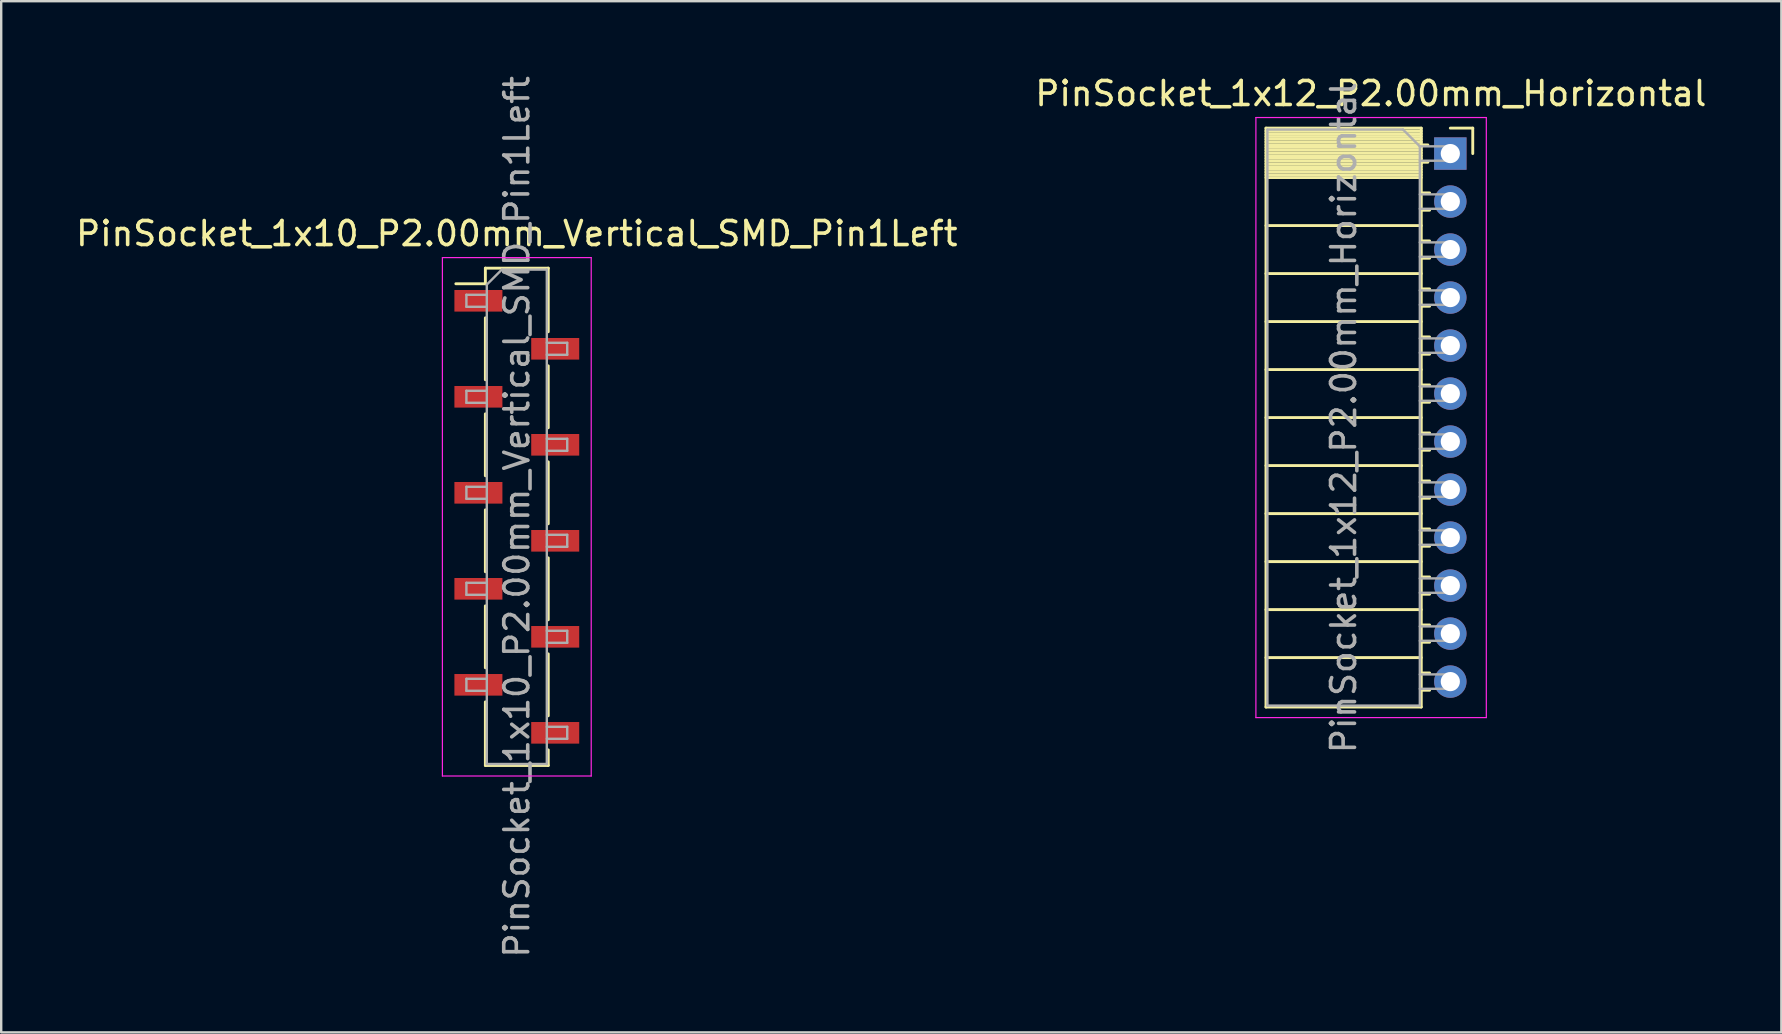
<source format=kicad_pcb>
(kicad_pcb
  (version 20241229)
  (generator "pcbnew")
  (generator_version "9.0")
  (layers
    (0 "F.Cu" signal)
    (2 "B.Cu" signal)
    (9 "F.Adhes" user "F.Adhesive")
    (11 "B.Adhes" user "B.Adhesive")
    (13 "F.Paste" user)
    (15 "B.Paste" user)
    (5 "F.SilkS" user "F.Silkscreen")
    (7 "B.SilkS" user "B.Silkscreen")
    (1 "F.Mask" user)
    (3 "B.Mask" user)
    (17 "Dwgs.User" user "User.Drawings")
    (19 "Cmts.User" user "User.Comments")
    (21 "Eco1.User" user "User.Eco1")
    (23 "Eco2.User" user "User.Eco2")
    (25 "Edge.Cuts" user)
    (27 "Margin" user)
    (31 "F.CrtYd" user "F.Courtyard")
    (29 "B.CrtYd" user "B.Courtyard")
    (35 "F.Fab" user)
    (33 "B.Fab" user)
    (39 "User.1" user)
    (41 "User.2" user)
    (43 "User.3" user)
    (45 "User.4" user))
  (footprint "PinSocket_1x10_P2.00mm_Vertical_SMD_Pin1Left"
    (layer "F.Cu")
    (at 18.482 18.482)
    (property "Reference" "PinSocket_1x10_P2.00mm_Vertical_SMD_Pin1Left" (at 0 -11.8 0) (layer "F.SilkS") (effects (font (size 1 1) (thickness 0.15))))
    (attr smd)
    (fp_line (start -2.54 -9.71) (end -1.31 -9.71) (stroke (width 0.12) (type solid)) (layer "F.SilkS"))
    (fp_line (start -1.31 -10.36) (end -1.31 -9.71) (stroke (width 0.12) (type solid)) (layer "F.SilkS"))
    (fp_line (start -1.31 -10.36) (end 1.31 -10.36) (stroke (width 0.12) (type solid)) (layer "F.SilkS"))
    (fp_line (start -1.31 -8.29) (end -1.31 -5.71) (stroke (width 0.12) (type solid)) (layer "F.SilkS"))
    (fp_line (start -1.31 -4.29) (end -1.31 -1.71) (stroke (width 0.12) (type solid)) (layer "F.SilkS"))
    (fp_line (start -1.31 -0.29) (end -1.31 2.29) (stroke (width 0.12) (type solid)) (layer "F.SilkS"))
    (fp_line (start -1.31 3.71) (end -1.31 6.29) (stroke (width 0.12) (type solid)) (layer "F.SilkS"))
    (fp_line (start -1.31 7.71) (end -1.31 10.36) (stroke (width 0.12) (type solid)) (layer "F.SilkS"))
    (fp_line (start -1.31 10.36) (end 1.31 10.36) (stroke (width 0.12) (type solid)) (layer "F.SilkS"))
    (fp_line (start 1.31 -10.36) (end 1.31 -7.71) (stroke (width 0.12) (type solid)) (layer "F.SilkS"))
    (fp_line (start 1.31 -6.29) (end 1.31 -3.71) (stroke (width 0.12) (type solid)) (layer "F.SilkS"))
    (fp_line (start 1.31 -2.29) (end 1.31 0.29) (stroke (width 0.12) (type solid)) (layer "F.SilkS"))
    (fp_line (start 1.31 1.71) (end 1.31 4.29) (stroke (width 0.12) (type solid)) (layer "F.SilkS"))
    (fp_line (start 1.31 5.71) (end 1.31 8.29) (stroke (width 0.12) (type solid)) (layer "F.SilkS"))
    (fp_line (start 1.31 9.71) (end 1.31 10.36) (stroke (width 0.12) (type solid)) (layer "F.SilkS"))
    (fp_line (start -3.1 -10.8) (end 3.1 -10.8) (stroke (width 0.05) (type solid)) (layer "F.CrtYd"))
    (fp_line (start -3.1 10.8) (end -3.1 -10.8) (stroke (width 0.05) (type solid)) (layer "F.CrtYd"))
    (fp_line (start 3.1 -10.8) (end 3.1 10.8) (stroke (width 0.05) (type solid)) (layer "F.CrtYd"))
    (fp_line (start 3.1 10.8) (end -3.1 10.8) (stroke (width 0.05) (type solid)) (layer "F.CrtYd"))
    (fp_line (start -2.1 -9.25) (end -1.25 -9.25) (stroke (width 0.1) (type solid)) (layer "F.Fab"))
    (fp_line (start -2.1 -8.75) (end -2.1 -9.25) (stroke (width 0.1) (type solid)) (layer "F.Fab"))
    (fp_line (start -2.1 -5.25) (end -1.25 -5.25) (stroke (width 0.1) (type solid)) (layer "F.Fab"))
    (fp_line (start -2.1 -4.75) (end -2.1 -5.25) (stroke (width 0.1) (type solid)) (layer "F.Fab"))
    (fp_line (start -2.1 -1.25) (end -1.25 -1.25) (stroke (width 0.1) (type solid)) (layer "F.Fab"))
    (fp_line (start -2.1 -0.75) (end -2.1 -1.25) (stroke (width 0.1) (type solid)) (layer "F.Fab"))
    (fp_line (start -2.1 2.75) (end -1.25 2.75) (stroke (width 0.1) (type solid)) (layer "F.Fab"))
    (fp_line (start -2.1 3.25) (end -2.1 2.75) (stroke (width 0.1) (type solid)) (layer "F.Fab"))
    (fp_line (start -2.1 6.75) (end -1.25 6.75) (stroke (width 0.1) (type solid)) (layer "F.Fab"))
    (fp_line (start -2.1 7.25) (end -2.1 6.75) (stroke (width 0.1) (type solid)) (layer "F.Fab"))
    (fp_line (start -1.25 -9.675) (end -0.625 -10.3) (stroke (width 0.1) (type solid)) (layer "F.Fab"))
    (fp_line (start -1.25 -8.75) (end -2.1 -8.75) (stroke (width 0.1) (type solid)) (layer "F.Fab"))
    (fp_line (start -1.25 -4.75) (end -2.1 -4.75) (stroke (width 0.1) (type solid)) (layer "F.Fab"))
    (fp_line (start -1.25 -0.75) (end -2.1 -0.75) (stroke (width 0.1) (type solid)) (layer "F.Fab"))
    (fp_line (start -1.25 3.25) (end -2.1 3.25) (stroke (width 0.1) (type solid)) (layer "F.Fab"))
    (fp_line (start -1.25 7.25) (end -2.1 7.25) (stroke (width 0.1) (type solid)) (layer "F.Fab"))
    (fp_line (start -1.25 10.3) (end -1.25 -9.675) (stroke (width 0.1) (type solid)) (layer "F.Fab"))
    (fp_line (start -0.625 -10.3) (end 1.25 -10.3) (stroke (width 0.1) (type solid)) (layer "F.Fab"))
    (fp_line (start 1.25 -10.3) (end 1.25 10.3) (stroke (width 0.1) (type solid)) (layer "F.Fab"))
    (fp_line (start 1.25 -7.25) (end 2.1 -7.25) (stroke (width 0.1) (type solid)) (layer "F.Fab"))
    (fp_line (start 1.25 -3.25) (end 2.1 -3.25) (stroke (width 0.1) (type solid)) (layer "F.Fab"))
    (fp_line (start 1.25 0.75) (end 2.1 0.75) (stroke (width 0.1) (type solid)) (layer "F.Fab"))
    (fp_line (start 1.25 4.75) (end 2.1 4.75) (stroke (width 0.1) (type solid)) (layer "F.Fab"))
    (fp_line (start 1.25 8.75) (end 2.1 8.75) (stroke (width 0.1) (type solid)) (layer "F.Fab"))
    (fp_line (start 1.25 10.3) (end -1.25 10.3) (stroke (width 0.1) (type solid)) (layer "F.Fab"))
    (fp_line (start 2.1 -7.25) (end 2.1 -6.75) (stroke (width 0.1) (type solid)) (layer "F.Fab"))
    (fp_line (start 2.1 -6.75) (end 1.25 -6.75) (stroke (width 0.1) (type solid)) (layer "F.Fab"))
    (fp_line (start 2.1 -3.25) (end 2.1 -2.75) (stroke (width 0.1) (type solid)) (layer "F.Fab"))
    (fp_line (start 2.1 -2.75) (end 1.25 -2.75) (stroke (width 0.1) (type solid)) (layer "F.Fab"))
    (fp_line (start 2.1 0.75) (end 2.1 1.25) (stroke (width 0.1) (type solid)) (layer "F.Fab"))
    (fp_line (start 2.1 1.25) (end 1.25 1.25) (stroke (width 0.1) (type solid)) (layer "F.Fab"))
    (fp_line (start 2.1 4.75) (end 2.1 5.25) (stroke (width 0.1) (type solid)) (layer "F.Fab"))
    (fp_line (start 2.1 5.25) (end 1.25 5.25) (stroke (width 0.1) (type solid)) (layer "F.Fab"))
    (fp_line (start 2.1 8.75) (end 2.1 9.25) (stroke (width 0.1) (type solid)) (layer "F.Fab"))
    (fp_line (start 2.1 9.25) (end 1.25 9.25) (stroke (width 0.1) (type solid)) (layer "F.Fab"))
    (fp_text user "${REFERENCE}" (at 0 0 90) (layer "F.Fab") (effects (font (size 1 1) (thickness 0.15))))
    (pad "1" smd rect (at -1.6 -9) (size 2 0.9) (layers "F.Cu" "F.Mask" "F.Paste"))
    (pad "2" smd rect (at 1.6 -7) (size 2 0.9) (layers "F.Cu" "F.Mask" "F.Paste"))
    (pad "3" smd rect (at -1.6 -5) (size 2 0.9) (layers "F.Cu" "F.Mask" "F.Paste"))
    (pad "4" smd rect (at 1.6 -3) (size 2 0.9) (layers "F.Cu" "F.Mask" "F.Paste"))
    (pad "5" smd rect (at -1.6 -1) (size 2 0.9) (layers "F.Cu" "F.Mask" "F.Paste"))
    (pad "6" smd rect (at 1.6 1) (size 2 0.9) (layers "F.Cu" "F.Mask" "F.Paste"))
    (pad "7" smd rect (at -1.6 3) (size 2 0.9) (layers "F.Cu" "F.Mask" "F.Paste"))
    (pad "8" smd rect (at 1.6 5) (size 2 0.9) (layers "F.Cu" "F.Mask" "F.Paste"))
    (pad "9" smd rect (at -1.6 7) (size 2 0.9) (layers "F.Cu" "F.Mask" "F.Paste"))
    (pad "10" smd rect (at 1.6 9) (size 2 0.9) (layers "F.Cu" "F.Mask" "F.Paste")))
  (footprint "PinSocket_1x12_P2.00mm_Horizontal"
    (layer "F.Cu")
    (at 57.375 3.348)
    (property "Reference" "PinSocket_1x12_P2.00mm_Horizontal" (at -3.31 -2.5 0) (layer "F.SilkS") (effects (font (size 1 1) (thickness 0.15))))
    (attr through_hole)
    (fp_line (start -7.68 -1.06) (end -7.68 23.06) (stroke (width 0.12) (type solid)) (layer "F.SilkS"))
    (fp_line (start -7.68 -1.06) (end -1.21 -1.06) (stroke (width 0.12) (type solid)) (layer "F.SilkS"))
    (fp_line (start -7.68 -0.94) (end -1.21 -0.94) (stroke (width 0.12) (type solid)) (layer "F.SilkS"))
    (fp_line (start -7.68 -0.826) (end -1.21 -0.826) (stroke (width 0.12) (type solid)) (layer "F.SilkS"))
    (fp_line (start -7.68 -0.712) (end -1.21 -0.712) (stroke (width 0.12) (type solid)) (layer "F.SilkS"))
    (fp_line (start -7.68 -0.598) (end -1.21 -0.598) (stroke (width 0.12) (type solid)) (layer "F.SilkS"))
    (fp_line (start -7.68 -0.484) (end -1.21 -0.484) (stroke (width 0.12) (type solid)) (layer "F.SilkS"))
    (fp_line (start -7.68 -0.369) (end -1.21 -0.369) (stroke (width 0.12) (type solid)) (layer "F.SilkS"))
    (fp_line (start -7.68 -0.255) (end -1.21 -0.255) (stroke (width 0.12) (type solid)) (layer "F.SilkS"))
    (fp_line (start -7.68 -0.141) (end -1.21 -0.141) (stroke (width 0.12) (type solid)) (layer "F.SilkS"))
    (fp_line (start -7.68 -0.027) (end -1.21 -0.027) (stroke (width 0.12) (type solid)) (layer "F.SilkS"))
    (fp_line (start -7.68 0.087) (end -1.21 0.087) (stroke (width 0.12) (type solid)) (layer "F.SilkS"))
    (fp_line (start -7.68 0.201) (end -1.21 0.201) (stroke (width 0.12) (type solid)) (layer "F.SilkS"))
    (fp_line (start -7.68 0.315) (end -1.21 0.315) (stroke (width 0.12) (type solid)) (layer "F.SilkS"))
    (fp_line (start -7.68 0.429) (end -1.21 0.429) (stroke (width 0.12) (type solid)) (layer "F.SilkS"))
    (fp_line (start -7.68 0.544) (end -1.21 0.544) (stroke (width 0.12) (type solid)) (layer "F.SilkS"))
    (fp_line (start -7.68 0.658) (end -1.21 0.658) (stroke (width 0.12) (type solid)) (layer "F.SilkS"))
    (fp_line (start -7.68 0.772) (end -1.21 0.772) (stroke (width 0.12) (type solid)) (layer "F.SilkS"))
    (fp_line (start -7.68 0.886) (end -1.21 0.886) (stroke (width 0.12) (type solid)) (layer "F.SilkS"))
    (fp_line (start -7.68 1) (end -1.21 1) (stroke (width 0.12) (type solid)) (layer "F.SilkS"))
    (fp_line (start -7.68 3) (end -1.21 3) (stroke (width 0.12) (type solid)) (layer "F.SilkS"))
    (fp_line (start -7.68 5) (end -1.21 5) (stroke (width 0.12) (type solid)) (layer "F.SilkS"))
    (fp_line (start -7.68 7) (end -1.21 7) (stroke (width 0.12) (type solid)) (layer "F.SilkS"))
    (fp_line (start -7.68 9) (end -1.21 9) (stroke (width 0.12) (type solid)) (layer "F.SilkS"))
    (fp_line (start -7.68 11) (end -1.21 11) (stroke (width 0.12) (type solid)) (layer "F.SilkS"))
    (fp_line (start -7.68 13) (end -1.21 13) (stroke (width 0.12) (type solid)) (layer "F.SilkS"))
    (fp_line (start -7.68 15) (end -1.21 15) (stroke (width 0.12) (type solid)) (layer "F.SilkS"))
    (fp_line (start -7.68 17) (end -1.21 17) (stroke (width 0.12) (type solid)) (layer "F.SilkS"))
    (fp_line (start -7.68 19) (end -1.21 19) (stroke (width 0.12) (type solid)) (layer "F.SilkS"))
    (fp_line (start -7.68 21) (end -1.21 21) (stroke (width 0.12) (type solid)) (layer "F.SilkS"))
    (fp_line (start -7.68 23.06) (end -1.21 23.06) (stroke (width 0.12) (type solid)) (layer "F.SilkS"))
    (fp_line (start -1.21 -1.06) (end -1.21 23.06) (stroke (width 0.12) (type solid)) (layer "F.SilkS"))
    (fp_line (start -1.21 -0.36) (end -0.935 -0.36) (stroke (width 0.12) (type solid)) (layer "F.SilkS"))
    (fp_line (start -1.21 0.36) (end -0.935 0.36) (stroke (width 0.12) (type solid)) (layer "F.SilkS"))
    (fp_line (start -1.21 1.64) (end -0.863 1.64) (stroke (width 0.12) (type solid)) (layer "F.SilkS"))
    (fp_line (start -1.21 2.36) (end -0.863 2.36) (stroke (width 0.12) (type solid)) (layer "F.SilkS"))
    (fp_line (start -1.21 3.64) (end -0.863 3.64) (stroke (width 0.12) (type solid)) (layer "F.SilkS"))
    (fp_line (start -1.21 4.36) (end -0.863 4.36) (stroke (width 0.12) (type solid)) (layer "F.SilkS"))
    (fp_line (start -1.21 5.64) (end -0.863 5.64) (stroke (width 0.12) (type solid)) (layer "F.SilkS"))
    (fp_line (start -1.21 6.36) (end -0.863 6.36) (stroke (width 0.12) (type solid)) (layer "F.SilkS"))
    (fp_line (start -1.21 7.64) (end -0.863 7.64) (stroke (width 0.12) (type solid)) (layer "F.SilkS"))
    (fp_line (start -1.21 8.36) (end -0.863 8.36) (stroke (width 0.12) (type solid)) (layer "F.SilkS"))
    (fp_line (start -1.21 9.64) (end -0.863 9.64) (stroke (width 0.12) (type solid)) (layer "F.SilkS"))
    (fp_line (start -1.21 10.36) (end -0.863 10.36) (stroke (width 0.12) (type solid)) (layer "F.SilkS"))
    (fp_line (start -1.21 11.64) (end -0.863 11.64) (stroke (width 0.12) (type solid)) (layer "F.SilkS"))
    (fp_line (start -1.21 12.36) (end -0.863 12.36) (stroke (width 0.12) (type solid)) (layer "F.SilkS"))
    (fp_line (start -1.21 13.64) (end -0.863 13.64) (stroke (width 0.12) (type solid)) (layer "F.SilkS"))
    (fp_line (start -1.21 14.36) (end -0.863 14.36) (stroke (width 0.12) (type solid)) (layer "F.SilkS"))
    (fp_line (start -1.21 15.64) (end -0.863 15.64) (stroke (width 0.12) (type solid)) (layer "F.SilkS"))
    (fp_line (start -1.21 16.36) (end -0.863 16.36) (stroke (width 0.12) (type solid)) (layer "F.SilkS"))
    (fp_line (start -1.21 17.64) (end -0.863 17.64) (stroke (width 0.12) (type solid)) (layer "F.SilkS"))
    (fp_line (start -1.21 18.36) (end -0.863 18.36) (stroke (width 0.12) (type solid)) (layer "F.SilkS"))
    (fp_line (start -1.21 19.64) (end -0.863 19.64) (stroke (width 0.12) (type solid)) (layer "F.SilkS"))
    (fp_line (start -1.21 20.36) (end -0.863 20.36) (stroke (width 0.12) (type solid)) (layer "F.SilkS"))
    (fp_line (start -1.21 21.64) (end -0.863 21.64) (stroke (width 0.12) (type solid)) (layer "F.SilkS"))
    (fp_line (start -1.21 22.36) (end -0.863 22.36) (stroke (width 0.12) (type solid)) (layer "F.SilkS"))
    (fp_line (start 0 -1.06) (end 0.935 -1.06) (stroke (width 0.12) (type solid)) (layer "F.SilkS"))
    (fp_line (start 0.935 -1.06) (end 0.935 0) (stroke (width 0.12) (type solid)) (layer "F.SilkS"))
    (fp_line (start -8.1 -1.5) (end -8.1 23.5) (stroke (width 0.05) (type solid)) (layer "F.CrtYd"))
    (fp_line (start -8.1 23.5) (end 1.5 23.5) (stroke (width 0.05) (type solid)) (layer "F.CrtYd"))
    (fp_line (start 1.5 -1.5) (end -8.1 -1.5) (stroke (width 0.05) (type solid)) (layer "F.CrtYd"))
    (fp_line (start 1.5 23.5) (end 1.5 -1.5) (stroke (width 0.05) (type solid)) (layer "F.CrtYd"))
    (fp_line (start -7.62 -1) (end -1.97 -1) (stroke (width 0.1) (type solid)) (layer "F.Fab"))
    (fp_line (start -7.62 23) (end -7.62 -1) (stroke (width 0.1) (type solid)) (layer "F.Fab"))
    (fp_line (start -1.97 -1) (end -1.27 -0.3) (stroke (width 0.1) (type solid)) (layer "F.Fab"))
    (fp_line (start -1.27 -0.3) (end -1.27 23) (stroke (width 0.1) (type solid)) (layer "F.Fab"))
    (fp_line (start -1.27 0.3) (end 0 0.3) (stroke (width 0.1) (type solid)) (layer "F.Fab"))
    (fp_line (start -1.27 2.3) (end 0 2.3) (stroke (width 0.1) (type solid)) (layer "F.Fab"))
    (fp_line (start -1.27 4.3) (end 0 4.3) (stroke (width 0.1) (type solid)) (layer "F.Fab"))
    (fp_line (start -1.27 6.3) (end 0 6.3) (stroke (width 0.1) (type solid)) (layer "F.Fab"))
    (fp_line (start -1.27 8.3) (end 0 8.3) (stroke (width 0.1) (type solid)) (layer "F.Fab"))
    (fp_line (start -1.27 10.3) (end 0 10.3) (stroke (width 0.1) (type solid)) (layer "F.Fab"))
    (fp_line (start -1.27 12.3) (end 0 12.3) (stroke (width 0.1) (type solid)) (layer "F.Fab"))
    (fp_line (start -1.27 14.3) (end 0 14.3) (stroke (width 0.1) (type solid)) (layer "F.Fab"))
    (fp_line (start -1.27 16.3) (end 0 16.3) (stroke (width 0.1) (type solid)) (layer "F.Fab"))
    (fp_line (start -1.27 18.3) (end 0 18.3) (stroke (width 0.1) (type solid)) (layer "F.Fab"))
    (fp_line (start -1.27 20.3) (end 0 20.3) (stroke (width 0.1) (type solid)) (layer "F.Fab"))
    (fp_line (start -1.27 22.3) (end 0 22.3) (stroke (width 0.1) (type solid)) (layer "F.Fab"))
    (fp_line (start -1.27 23) (end -7.62 23) (stroke (width 0.1) (type solid)) (layer "F.Fab"))
    (fp_line (start 0 -0.3) (end -1.27 -0.3) (stroke (width 0.1) (type solid)) (layer "F.Fab"))
    (fp_line (start 0 0.3) (end 0 -0.3) (stroke (width 0.1) (type solid)) (layer "F.Fab"))
    (fp_line (start 0 1.7) (end -1.27 1.7) (stroke (width 0.1) (type solid)) (layer "F.Fab"))
    (fp_line (start 0 2.3) (end 0 1.7) (stroke (width 0.1) (type solid)) (layer "F.Fab"))
    (fp_line (start 0 3.7) (end -1.27 3.7) (stroke (width 0.1) (type solid)) (layer "F.Fab"))
    (fp_line (start 0 4.3) (end 0 3.7) (stroke (width 0.1) (type solid)) (layer "F.Fab"))
    (fp_line (start 0 5.7) (end -1.27 5.7) (stroke (width 0.1) (type solid)) (layer "F.Fab"))
    (fp_line (start 0 6.3) (end 0 5.7) (stroke (width 0.1) (type solid)) (layer "F.Fab"))
    (fp_line (start 0 7.7) (end -1.27 7.7) (stroke (width 0.1) (type solid)) (layer "F.Fab"))
    (fp_line (start 0 8.3) (end 0 7.7) (stroke (width 0.1) (type solid)) (layer "F.Fab"))
    (fp_line (start 0 9.7) (end -1.27 9.7) (stroke (width 0.1) (type solid)) (layer "F.Fab"))
    (fp_line (start 0 10.3) (end 0 9.7) (stroke (width 0.1) (type solid)) (layer "F.Fab"))
    (fp_line (start 0 11.7) (end -1.27 11.7) (stroke (width 0.1) (type solid)) (layer "F.Fab"))
    (fp_line (start 0 12.3) (end 0 11.7) (stroke (width 0.1) (type solid)) (layer "F.Fab"))
    (fp_line (start 0 13.7) (end -1.27 13.7) (stroke (width 0.1) (type solid)) (layer "F.Fab"))
    (fp_line (start 0 14.3) (end 0 13.7) (stroke (width 0.1) (type solid)) (layer "F.Fab"))
    (fp_line (start 0 15.7) (end -1.27 15.7) (stroke (width 0.1) (type solid)) (layer "F.Fab"))
    (fp_line (start 0 16.3) (end 0 15.7) (stroke (width 0.1) (type solid)) (layer "F.Fab"))
    (fp_line (start 0 17.7) (end -1.27 17.7) (stroke (width 0.1) (type solid)) (layer "F.Fab"))
    (fp_line (start 0 18.3) (end 0 17.7) (stroke (width 0.1) (type solid)) (layer "F.Fab"))
    (fp_line (start 0 19.7) (end -1.27 19.7) (stroke (width 0.1) (type solid)) (layer "F.Fab"))
    (fp_line (start 0 20.3) (end 0 19.7) (stroke (width 0.1) (type solid)) (layer "F.Fab"))
    (fp_line (start 0 21.7) (end -1.27 21.7) (stroke (width 0.1) (type solid)) (layer "F.Fab"))
    (fp_line (start 0 22.3) (end 0 21.7) (stroke (width 0.1) (type solid)) (layer "F.Fab"))
    (fp_text user "${REFERENCE}" (at -4.445 11 90) (layer "F.Fab") (effects (font (size 1 1) (thickness 0.15))))
    (pad "1" thru_hole rect (at 0 0) (size 1.35 1.35) (drill 0.8) (layers "*.Cu" "*.Mask"))
    (pad "2" thru_hole circle (at 0 2) (size 1.35 1.35) (drill 0.8) (layers "*.Cu" "*.Mask"))
    (pad "3" thru_hole circle (at 0 4) (size 1.35 1.35) (drill 0.8) (layers "*.Cu" "*.Mask"))
    (pad "4" thru_hole circle (at 0 6) (size 1.35 1.35) (drill 0.8) (layers "*.Cu" "*.Mask"))
    (pad "5" thru_hole circle (at 0 8) (size 1.35 1.35) (drill 0.8) (layers "*.Cu" "*.Mask"))
    (pad "6" thru_hole circle (at 0 10) (size 1.35 1.35) (drill 0.8) (layers "*.Cu" "*.Mask"))
    (pad "7" thru_hole circle (at 0 12) (size 1.35 1.35) (drill 0.8) (layers "*.Cu" "*.Mask"))
    (pad "8" thru_hole circle (at 0 14) (size 1.35 1.35) (drill 0.8) (layers "*.Cu" "*.Mask"))
    (pad "9" thru_hole circle (at 0 16) (size 1.35 1.35) (drill 0.8) (layers "*.Cu" "*.Mask"))
    (pad "10" thru_hole circle (at 0 18) (size 1.35 1.35) (drill 0.8) (layers "*.Cu" "*.Mask"))
    (pad "11" thru_hole circle (at 0 20) (size 1.35 1.35) (drill 0.8) (layers "*.Cu" "*.Mask"))
    (pad "12" thru_hole circle (at 0 22) (size 1.35 1.35) (drill 0.8) (layers "*.Cu" "*.Mask")))
  (gr_rect
    (start -3 -3)
    (end 71.167 39.964)
    (stroke (width 0.1) (type default))
    (fill no)
    (layer "Edge.Cuts")))
</source>
